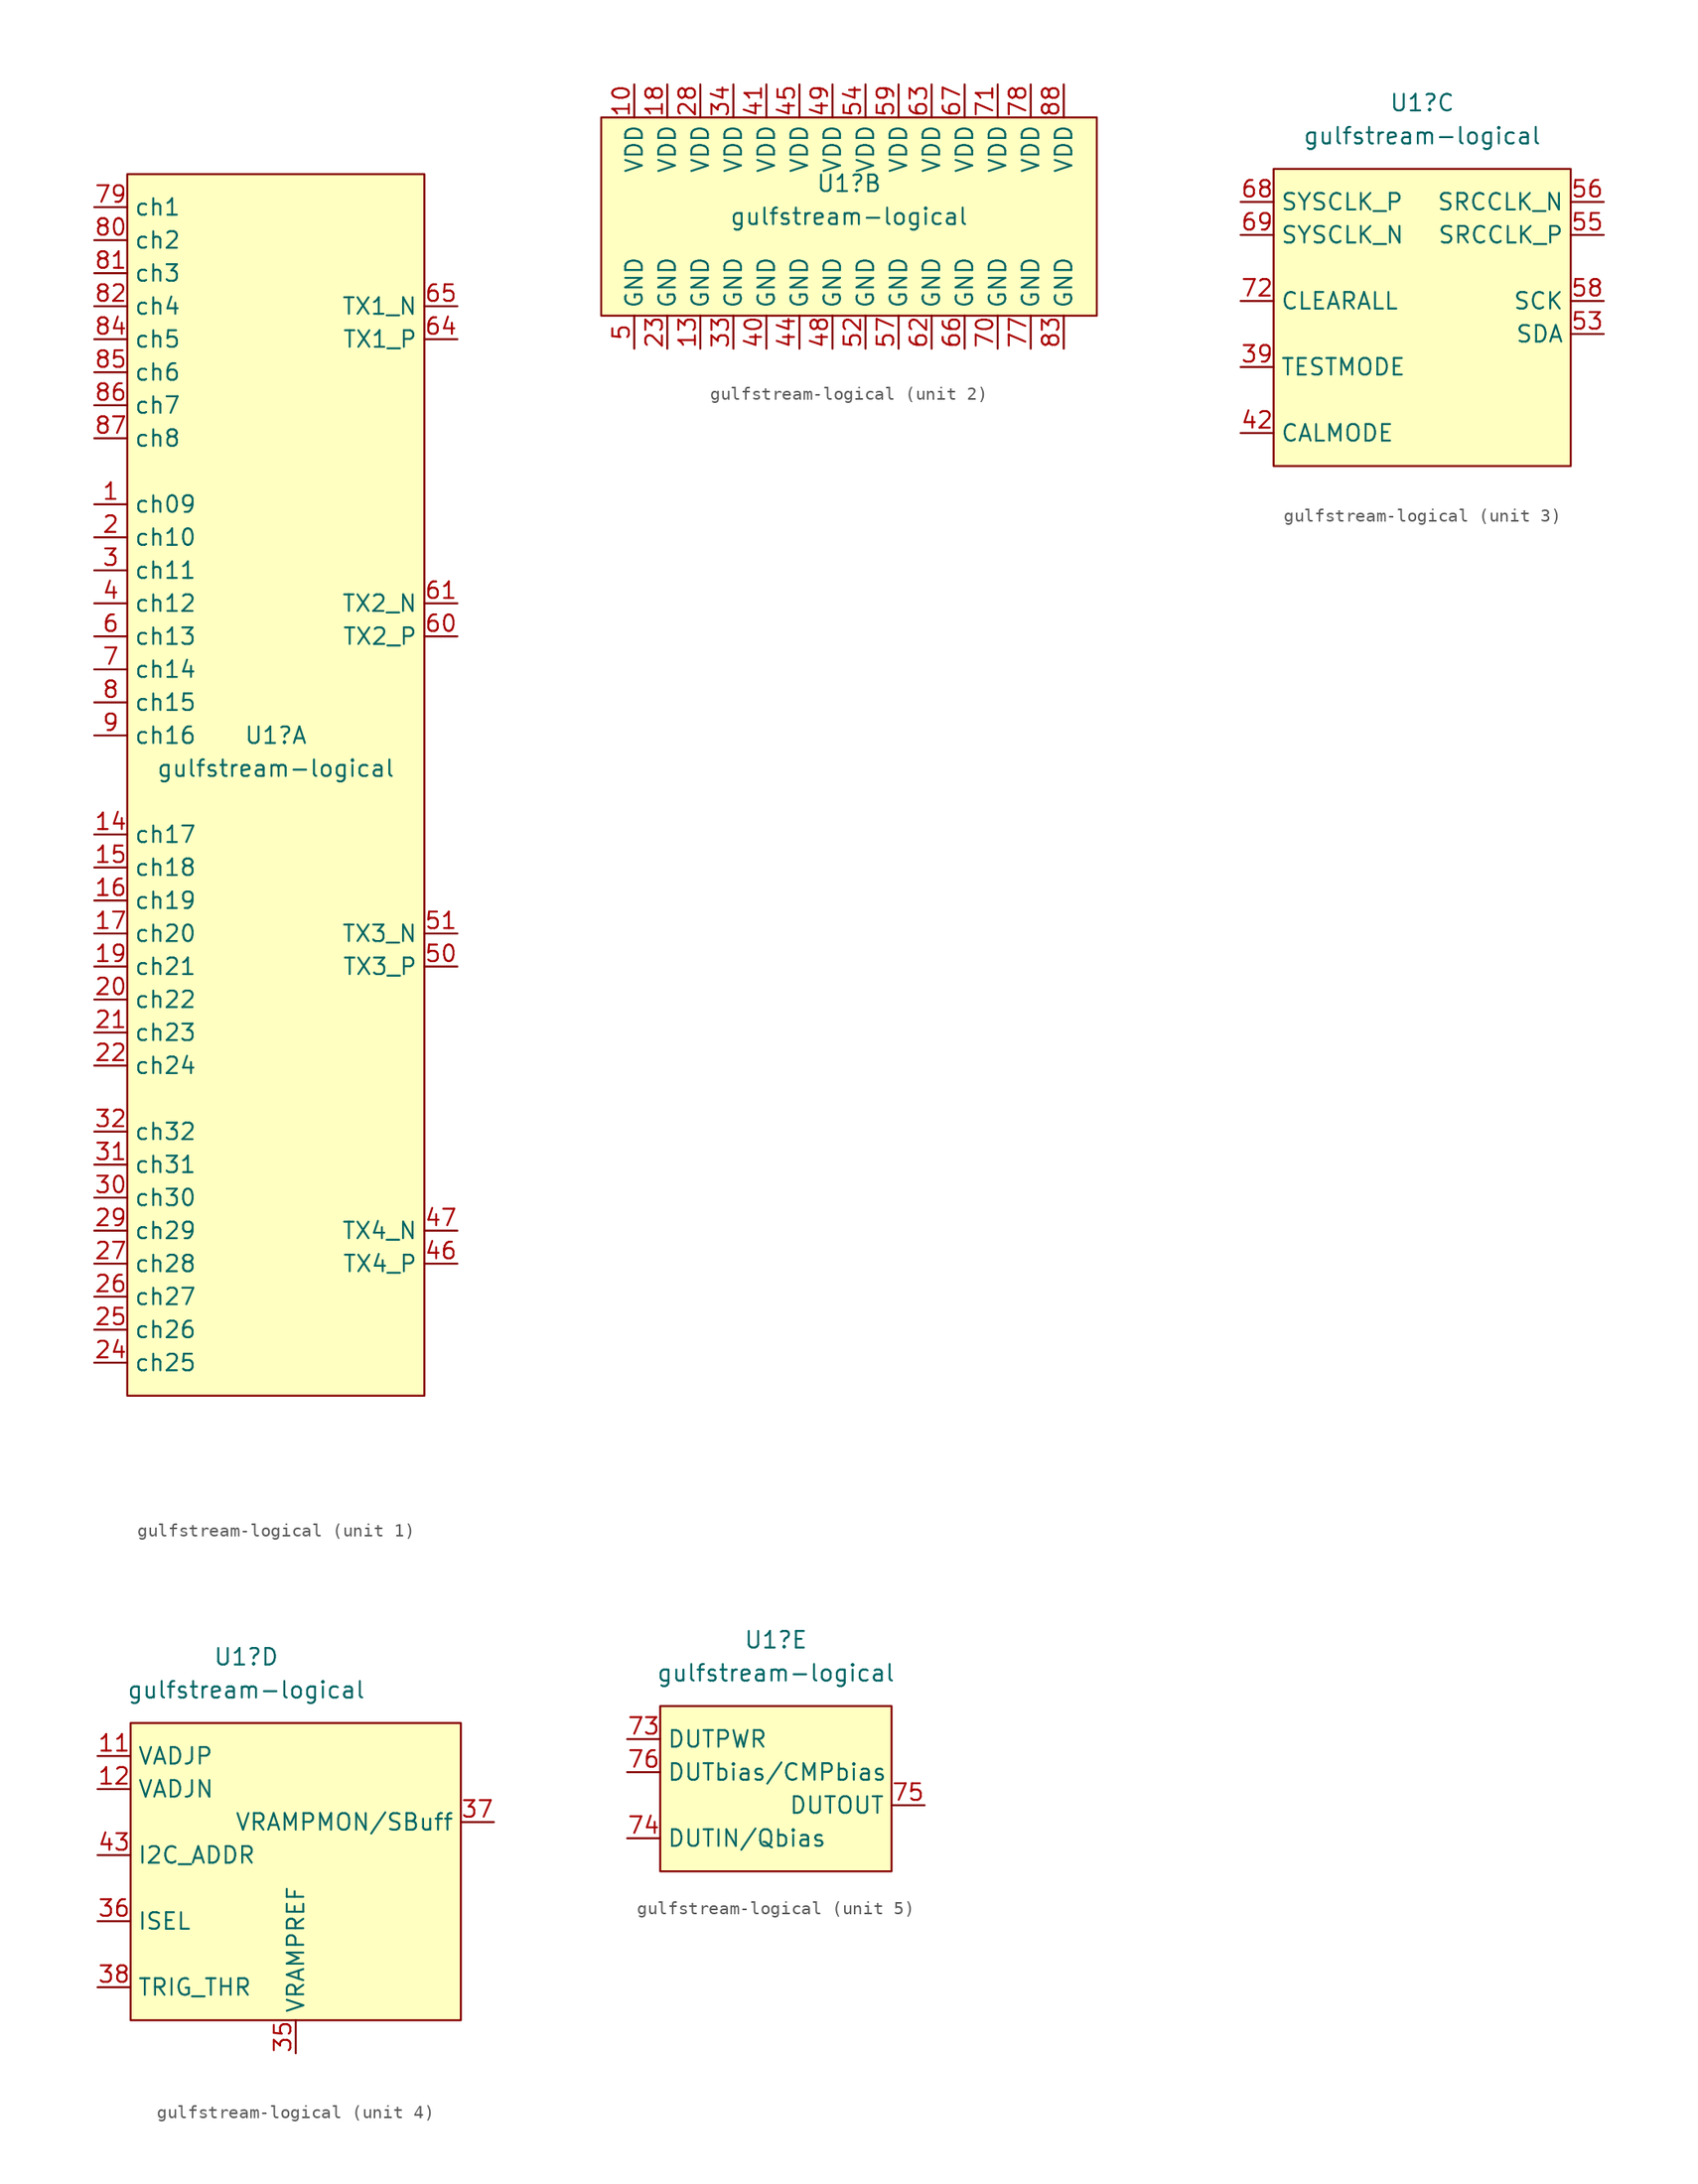
<source format=kicad_sym>
(kicad_symbol_lib
  (version 20241209)
  (generator "kicad_symbol_editor")
  (generator_version "9.0")
  (symbol "gulfstream-logical"
    (property "Reference" "U1"
      (at -1.27 2.54 0)
      (effects (font (size 1.27 1.27))))
    (property "Value" "gulfstream-logical"
      (at -1.27 0 0)
      (effects (font (size 1.27 1.27))))
    (property "ki_locked" ""
      (at 0 0 0)
      (effects (font (size 1.27 1.27))))
    (symbol "gulfstream-logical_1_0"
      (pin unspecified line (at -15.24 43.18 0) (length 2.54) (name "ch1" (effects (font (size 1.27 1.27)))) (number "79" (effects (font (size 1.27 1.27)))))
      (pin unspecified line (at -15.24 40.64 0) (length 2.54) (name "ch2" (effects (font (size 1.27 1.27)))) (number "80" (effects (font (size 1.27 1.27)))))
      (pin unspecified line (at -15.24 38.1 0) (length 2.54) (name "ch3" (effects (font (size 1.27 1.27)))) (number "81" (effects (font (size 1.27 1.27)))))
      (pin unspecified line (at -15.24 35.56 0) (length 2.54) (name "ch4" (effects (font (size 1.27 1.27)))) (number "82" (effects (font (size 1.27 1.27)))))
      (pin unspecified line (at -15.24 33.02 0) (length 2.54) (name "ch5" (effects (font (size 1.27 1.27)))) (number "84" (effects (font (size 1.27 1.27)))))
      (pin unspecified line (at -15.24 30.48 0) (length 2.54) (name "ch6" (effects (font (size 1.27 1.27)))) (number "85" (effects (font (size 1.27 1.27)))))
      (pin unspecified line (at -15.24 27.94 0) (length 2.54) (name "ch7" (effects (font (size 1.27 1.27)))) (number "86" (effects (font (size 1.27 1.27)))))
      (pin unspecified line (at -15.24 25.4 0) (length 2.54) (name "ch8" (effects (font (size 1.27 1.27)))) (number "87" (effects (font (size 1.27 1.27)))))
      (pin unspecified line (at -15.24 20.32 0) (length 2.54) (name "ch09" (effects (font (size 1.27 1.27)))) (number "1" (effects (font (size 1.27 1.27)))))
      (pin unspecified line (at -15.24 17.78 0) (length 2.54) (name "ch10" (effects (font (size 1.27 1.27)))) (number "2" (effects (font (size 1.27 1.27)))))
      (pin unspecified line (at -15.24 15.24 0) (length 2.54) (name "ch11" (effects (font (size 1.27 1.27)))) (number "3" (effects (font (size 1.27 1.27)))))
      (pin unspecified line (at -15.24 12.7 0) (length 2.54) (name "ch12" (effects (font (size 1.27 1.27)))) (number "4" (effects (font (size 1.27 1.27)))))
      (pin unspecified line (at -15.24 10.16 0) (length 2.54) (name "ch13" (effects (font (size 1.27 1.27)))) (number "6" (effects (font (size 1.27 1.27)))))
      (pin unspecified line (at -15.24 7.62 0) (length 2.54) (name "ch14" (effects (font (size 1.27 1.27)))) (number "7" (effects (font (size 1.27 1.27)))))
      (pin unspecified line (at -15.24 5.08 0) (length 2.54) (name "ch15" (effects (font (size 1.27 1.27)))) (number "8" (effects (font (size 1.27 1.27)))))
      (pin unspecified line (at -15.24 2.54 0) (length 2.54) (name "ch16" (effects (font (size 1.27 1.27)))) (number "9" (effects (font (size 1.27 1.27)))))
      (pin unspecified line (at -15.24 -5.08 0) (length 2.54) (name "ch17" (effects (font (size 1.27 1.27)))) (number "14" (effects (font (size 1.27 1.27)))))
      (pin unspecified line (at -15.24 -7.62 0) (length 2.54) (name "ch18" (effects (font (size 1.27 1.27)))) (number "15" (effects (font (size 1.27 1.27)))))
      (pin unspecified line (at -15.24 -10.16 0) (length 2.54) (name "ch19" (effects (font (size 1.27 1.27)))) (number "16" (effects (font (size 1.27 1.27)))))
      (pin unspecified line (at -15.24 -12.7 0) (length 2.54) (name "ch20" (effects (font (size 1.27 1.27)))) (number "17" (effects (font (size 1.27 1.27)))))
      (pin unspecified line (at -15.24 -15.24 0) (length 2.54) (name "ch21" (effects (font (size 1.27 1.27)))) (number "19" (effects (font (size 1.27 1.27)))))
      (pin unspecified line (at -15.24 -17.78 0) (length 2.54) (name "ch22" (effects (font (size 1.27 1.27)))) (number "20" (effects (font (size 1.27 1.27)))))
      (pin unspecified line (at -15.24 -20.32 0) (length 2.54) (name "ch23" (effects (font (size 1.27 1.27)))) (number "21" (effects (font (size 1.27 1.27)))))
      (pin unspecified line (at -15.24 -22.86 0) (length 2.54) (name "ch24" (effects (font (size 1.27 1.27)))) (number "22" (effects (font (size 1.27 1.27)))))
      (pin unspecified line (at -15.24 -27.94 0) (length 2.54) (name "ch32" (effects (font (size 1.27 1.27)))) (number "32" (effects (font (size 1.27 1.27)))))
      (pin unspecified line (at -15.24 -30.48 0) (length 2.54) (name "ch31" (effects (font (size 1.27 1.27)))) (number "31" (effects (font (size 1.27 1.27)))))
      (pin unspecified line (at -15.24 -33.02 0) (length 2.54) (name "ch30" (effects (font (size 1.27 1.27)))) (number "30" (effects (font (size 1.27 1.27)))))
      (pin unspecified line (at -15.24 -35.56 0) (length 2.54) (name "ch29" (effects (font (size 1.27 1.27)))) (number "29" (effects (font (size 1.27 1.27)))))
      (pin unspecified line (at -15.24 -38.1 0) (length 2.54) (name "ch28" (effects (font (size 1.27 1.27)))) (number "27" (effects (font (size 1.27 1.27)))))
      (pin unspecified line (at -15.24 -40.64 0) (length 2.54) (name "ch27" (effects (font (size 1.27 1.27)))) (number "26" (effects (font (size 1.27 1.27)))))
      (pin unspecified line (at -15.24 -43.18 0) (length 2.54) (name "ch26" (effects (font (size 1.27 1.27)))) (number "25" (effects (font (size 1.27 1.27)))))
      (pin unspecified line (at -15.24 -45.72 0) (length 2.54) (name "ch25" (effects (font (size 1.27 1.27)))) (number "24" (effects (font (size 1.27 1.27)))))
      (pin unspecified line (at 12.7 35.56 180) (length 2.54) (name "TX1_N" (effects (font (size 1.27 1.27)))) (number "65" (effects (font (size 1.27 1.27)))))
      (pin unspecified line (at 12.7 33.02 180) (length 2.54) (name "TX1_P" (effects (font (size 1.27 1.27)))) (number "64" (effects (font (size 1.27 1.27)))))
      (pin unspecified line (at 12.7 12.7 180) (length 2.54) (name "TX2_N" (effects (font (size 1.27 1.27)))) (number "61" (effects (font (size 1.27 1.27)))))
      (pin unspecified line (at 12.7 10.16 180) (length 2.54) (name "TX2_P" (effects (font (size 1.27 1.27)))) (number "60" (effects (font (size 1.27 1.27)))))
      (pin unspecified line (at 12.7 -12.7 180) (length 2.54) (name "TX3_N" (effects (font (size 1.27 1.27)))) (number "51" (effects (font (size 1.27 1.27)))))
      (pin unspecified line (at 12.7 -15.24 180) (length 2.54) (name "TX3_P" (effects (font (size 1.27 1.27)))) (number "50" (effects (font (size 1.27 1.27)))))
      (pin unspecified line (at 12.7 -35.56 180) (length 2.54) (name "TX4_N" (effects (font (size 1.27 1.27)))) (number "47" (effects (font (size 1.27 1.27)))))
      (pin unspecified line (at 12.7 -38.1 180) (length 2.54) (name "TX4_P" (effects (font (size 1.27 1.27)))) (number "46" (effects (font (size 1.27 1.27))))))
    (symbol "gulfstream-logical_1_1"
      (rectangle (start -12.7 -48.26) (end 10.16 45.72) (stroke (width 0) (type default)) (fill (type background))))
    (symbol "gulfstream-logical_2_0"
      (pin unspecified line (at -17.78 10.16 270) (length 2.54) (name "VDD" (effects (font (size 1.27 1.27)))) (number "10" (effects (font (size 1.27 1.27)))))
      (pin unspecified line (at -17.78 -10.16 90) (length 2.54) (name "GND" (effects (font (size 1.27 1.27)))) (number "5" (effects (font (size 1.27 1.27)))))
      (pin unspecified line (at -15.24 10.16 270) (length 2.54) (name "VDD" (effects (font (size 1.27 1.27)))) (number "18" (effects (font (size 1.27 1.27)))))
      (pin unspecified line (at -15.24 -10.16 90) (length 2.54) (name "GND" (effects (font (size 1.27 1.27)))) (number "23" (effects (font (size 1.27 1.27)))))
      (pin unspecified line (at -12.7 10.16 270) (length 2.54) (name "VDD" (effects (font (size 1.27 1.27)))) (number "28" (effects (font (size 1.27 1.27)))))
      (pin unspecified line (at -12.7 -10.16 90) (length 2.54) (name "GND" (effects (font (size 1.27 1.27)))) (number "13" (effects (font (size 1.27 1.27)))))
      (pin unspecified line (at -10.16 10.16 270) (length 2.54) (name "VDD" (effects (font (size 1.27 1.27)))) (number "34" (effects (font (size 1.27 1.27)))))
      (pin unspecified line (at -10.16 -10.16 90) (length 2.54) (name "GND" (effects (font (size 1.27 1.27)))) (number "33" (effects (font (size 1.27 1.27)))))
      (pin unspecified line (at -7.62 10.16 270) (length 2.54) (name "VDD" (effects (font (size 1.27 1.27)))) (number "41" (effects (font (size 1.27 1.27)))))
      (pin unspecified line (at -7.62 -10.16 90) (length 2.54) (name "GND" (effects (font (size 1.27 1.27)))) (number "40" (effects (font (size 1.27 1.27)))))
      (pin unspecified line (at -5.08 10.16 270) (length 2.54) (name "VDD" (effects (font (size 1.27 1.27)))) (number "45" (effects (font (size 1.27 1.27)))))
      (pin unspecified line (at -5.08 -10.16 90) (length 2.54) (name "GND" (effects (font (size 1.27 1.27)))) (number "44" (effects (font (size 1.27 1.27)))))
      (pin unspecified line (at -2.54 10.16 270) (length 2.54) (name "VDD" (effects (font (size 1.27 1.27)))) (number "49" (effects (font (size 1.27 1.27)))))
      (pin unspecified line (at -2.54 -10.16 90) (length 2.54) (name "GND" (effects (font (size 1.27 1.27)))) (number "48" (effects (font (size 1.27 1.27)))))
      (pin unspecified line (at 0 10.16 270) (length 2.54) (name "VDD" (effects (font (size 1.27 1.27)))) (number "54" (effects (font (size 1.27 1.27)))))
      (pin unspecified line (at 0 -10.16 90) (length 2.54) (name "GND" (effects (font (size 1.27 1.27)))) (number "52" (effects (font (size 1.27 1.27)))))
      (pin unspecified line (at 2.54 10.16 270) (length 2.54) (name "VDD" (effects (font (size 1.27 1.27)))) (number "59" (effects (font (size 1.27 1.27)))))
      (pin unspecified line (at 2.54 -10.16 90) (length 2.54) (name "GND" (effects (font (size 1.27 1.27)))) (number "57" (effects (font (size 1.27 1.27)))))
      (pin unspecified line (at 5.08 10.16 270) (length 2.54) (name "VDD" (effects (font (size 1.27 1.27)))) (number "63" (effects (font (size 1.27 1.27)))))
      (pin unspecified line (at 5.08 -10.16 90) (length 2.54) (name "GND" (effects (font (size 1.27 1.27)))) (number "62" (effects (font (size 1.27 1.27)))))
      (pin unspecified line (at 7.62 10.16 270) (length 2.54) (name "VDD" (effects (font (size 1.27 1.27)))) (number "67" (effects (font (size 1.27 1.27)))))
      (pin unspecified line (at 7.62 -10.16 90) (length 2.54) (name "GND" (effects (font (size 1.27 1.27)))) (number "66" (effects (font (size 1.27 1.27)))))
      (pin unspecified line (at 10.16 10.16 270) (length 2.54) (name "VDD" (effects (font (size 1.27 1.27)))) (number "71" (effects (font (size 1.27 1.27)))))
      (pin unspecified line (at 10.16 -10.16 90) (length 2.54) (name "GND" (effects (font (size 1.27 1.27)))) (number "70" (effects (font (size 1.27 1.27)))))
      (pin unspecified line (at 12.7 10.16 270) (length 2.54) (name "VDD" (effects (font (size 1.27 1.27)))) (number "78" (effects (font (size 1.27 1.27)))))
      (pin unspecified line (at 12.7 -10.16 90) (length 2.54) (name "GND" (effects (font (size 1.27 1.27)))) (number "77" (effects (font (size 1.27 1.27)))))
      (pin unspecified line (at 15.24 10.16 270) (length 2.54) (name "VDD" (effects (font (size 1.27 1.27)))) (number "88" (effects (font (size 1.27 1.27)))))
      (pin unspecified line (at 15.24 -10.16 90) (length 2.54) (name "GND" (effects (font (size 1.27 1.27)))) (number "83" (effects (font (size 1.27 1.27))))))
    (symbol "gulfstream-logical_2_1"
      (rectangle (start -20.32 7.62) (end 17.78 -7.62) (stroke (width 0) (type default)) (fill (type background))))
    (symbol "gulfstream-logical_3_0"
      (pin unspecified line (at -15.24 -5.08 0) (length 2.54) (name "SYSCLK_P" (effects (font (size 1.27 1.27)))) (number "68" (effects (font (size 1.27 1.27)))))
      (pin unspecified line (at -15.24 -7.62 0) (length 2.54) (name "SYSCLK_N" (effects (font (size 1.27 1.27)))) (number "69" (effects (font (size 1.27 1.27)))))
      (pin unspecified line (at -15.24 -12.7 0) (length 2.54) (name "CLEARALL" (effects (font (size 1.27 1.27)))) (number "72" (effects (font (size 1.27 1.27)))))
      (pin unspecified line (at -15.24 -17.78 0) (length 2.54) (name "TESTMODE" (effects (font (size 1.27 1.27)))) (number "39" (effects (font (size 1.27 1.27)))))
      (pin unspecified line (at -15.24 -22.86 0) (length 2.54) (name "CALMODE" (effects (font (size 1.27 1.27)))) (number "42" (effects (font (size 1.27 1.27)))))
      (pin unspecified line (at 12.7 -5.08 180) (length 2.54) (name "SRCCLK_N" (effects (font (size 1.27 1.27)))) (number "56" (effects (font (size 1.27 1.27)))))
      (pin unspecified line (at 12.7 -7.62 180) (length 2.54) (name "SRCCLK_P" (effects (font (size 1.27 1.27)))) (number "55" (effects (font (size 1.27 1.27)))))
      (pin unspecified line (at 12.7 -12.7 180) (length 2.54) (name "SCK" (effects (font (size 1.27 1.27)))) (number "58" (effects (font (size 1.27 1.27)))))
      (pin unspecified line (at 12.7 -15.24 180) (length 2.54) (name "SDA" (effects (font (size 1.27 1.27)))) (number "53" (effects (font (size 1.27 1.27))))))
    (symbol "gulfstream-logical_3_1"
      (rectangle (start -12.7 -2.54) (end 10.16 -25.4) (stroke (width 0) (type default)) (fill (type background))))
    (symbol "gulfstream-logical_4_0"
      (pin unspecified line (at -12.7 -5.08 0) (length 2.54) (name "VADJP" (effects (font (size 1.27 1.27)))) (number "11" (effects (font (size 1.27 1.27)))))
      (pin unspecified line (at -12.7 -7.62 0) (length 2.54) (name "VADJN" (effects (font (size 1.27 1.27)))) (number "12" (effects (font (size 1.27 1.27)))))
      (pin unspecified line (at -12.7 -12.7 0) (length 2.54) (name "I2C_ADDR" (effects (font (size 1.27 1.27)))) (number "43" (effects (font (size 1.27 1.27)))))
      (pin unspecified line (at -12.7 -17.78 0) (length 2.54) (name "ISEL" (effects (font (size 1.27 1.27)))) (number "36" (effects (font (size 1.27 1.27)))))
      (pin unspecified line (at -12.7 -22.86 0) (length 2.54) (name "TRIG_THR" (effects (font (size 1.27 1.27)))) (number "38" (effects (font (size 1.27 1.27)))))
      (pin unspecified line (at 2.54 -27.94 90) (length 2.54) (name "VRAMPREF" (effects (font (size 1.27 1.27)))) (number "35" (effects (font (size 1.27 1.27)))))
      (pin unspecified line (at 17.78 -10.16 180) (length 2.54) (name "VRAMPMON/SBuff" (effects (font (size 1.27 1.27)))) (number "37" (effects (font (size 1.27 1.27))))))
    (symbol "gulfstream-logical_4_1"
      (rectangle (start -10.16 -2.54) (end 15.24 -25.4) (stroke (width 0) (type default)) (fill (type background))))
    (symbol "gulfstream-logical_5_0"
      (pin unspecified line (at -12.7 -5.08 0) (length 2.54) (name "DUTPWR" (effects (font (size 1.27 1.27)))) (number "73" (effects (font (size 1.27 1.27)))))
      (pin unspecified line (at -12.7 -7.62 0) (length 2.54) (name "DUTbias/CMPbias" (effects (font (size 1.27 1.27)))) (number "76" (effects (font (size 1.27 1.27)))))
      (pin unspecified line (at -12.7 -12.7 0) (length 2.54) (name "DUTIN/Qbias" (effects (font (size 1.27 1.27)))) (number "74" (effects (font (size 1.27 1.27)))))
      (pin unspecified line (at 10.16 -10.16 180) (length 2.54) (name "DUTOUT" (effects (font (size 1.27 1.27)))) (number "75" (effects (font (size 1.27 1.27))))))
    (symbol "gulfstream-logical_5_1"
      (rectangle (start -10.16 -2.54) (end 7.62 -15.24) (stroke (width 0) (type default)) (fill (type background))))))
</source>
